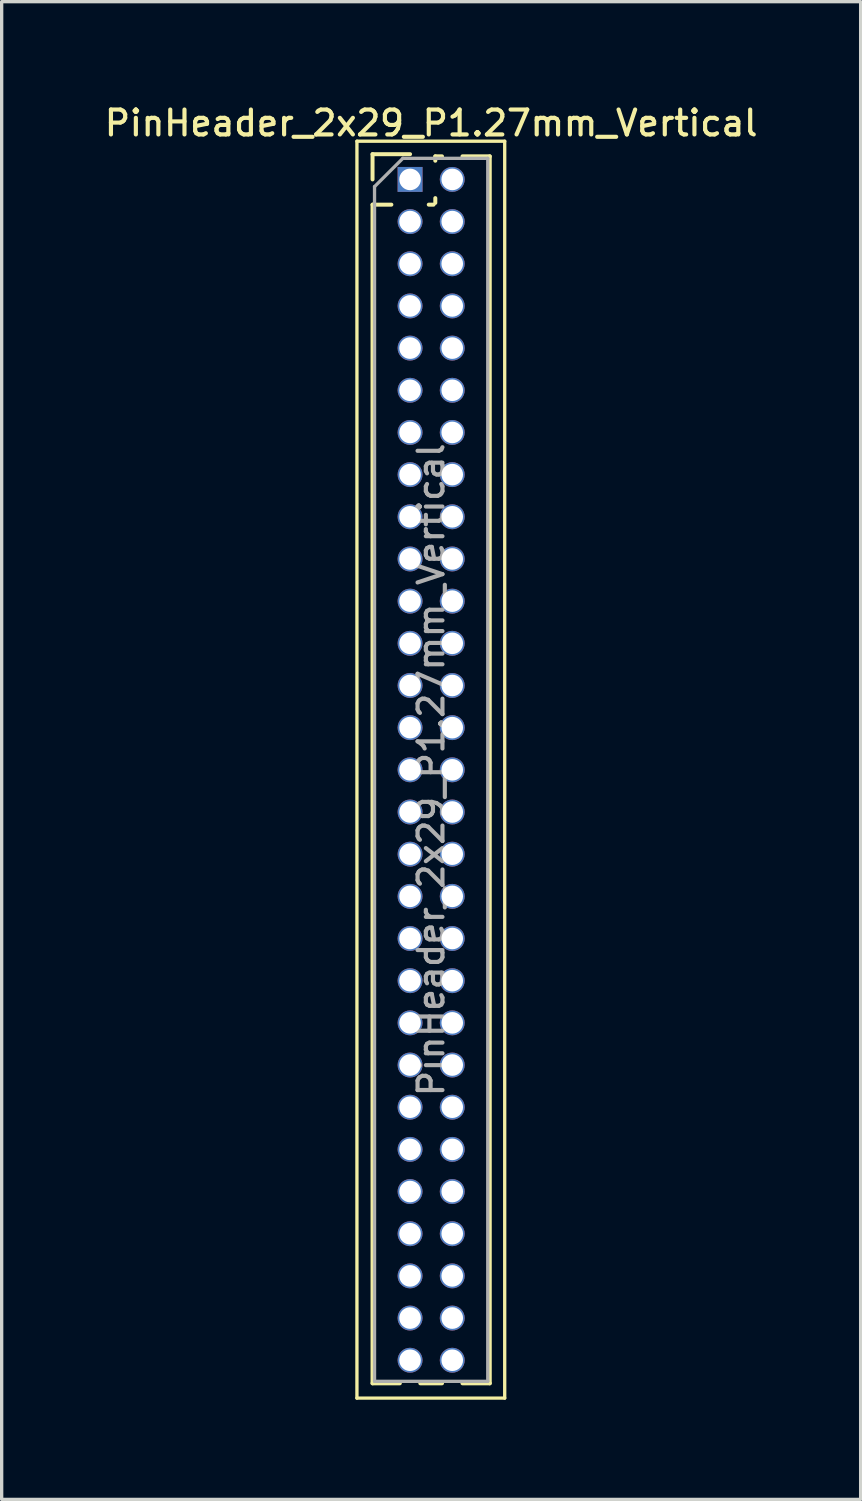
<source format=kicad_pcb>
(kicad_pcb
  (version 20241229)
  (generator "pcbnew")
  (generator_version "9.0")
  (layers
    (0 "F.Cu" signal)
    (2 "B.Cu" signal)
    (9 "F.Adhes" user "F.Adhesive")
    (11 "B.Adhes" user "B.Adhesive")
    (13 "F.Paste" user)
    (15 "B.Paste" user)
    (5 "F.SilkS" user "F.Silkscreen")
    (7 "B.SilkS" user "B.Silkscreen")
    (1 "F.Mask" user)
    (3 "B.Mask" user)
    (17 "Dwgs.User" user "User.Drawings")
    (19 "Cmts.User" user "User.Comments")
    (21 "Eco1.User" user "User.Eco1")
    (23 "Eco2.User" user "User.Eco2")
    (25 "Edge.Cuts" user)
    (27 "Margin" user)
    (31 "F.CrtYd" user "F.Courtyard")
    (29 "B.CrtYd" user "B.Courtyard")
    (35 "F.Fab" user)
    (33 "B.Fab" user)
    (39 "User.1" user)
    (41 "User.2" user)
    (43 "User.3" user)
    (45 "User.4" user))
  (footprint "PinHeader_2x29_P1.27mm_Vertical"
    (layer "F.Cu")
    (at 9.299 2.353)
    (property "Reference" "PinHeader_2x29_P1.27mm_Vertical" (at 0.635 -1.695 0) (layer "F.SilkS") (effects (font (size 0.75 0.75) (thickness 0.125))))
    (attr through_hole)
    (fp_line (start -1.6 -1.15) (end -1.6 36.7) (stroke (width 0.1) (type solid)) (layer "F.SilkS"))
    (fp_line (start -1.6 36.7) (end 2.85 36.7) (stroke (width 0.1) (type solid)) (layer "F.SilkS"))
    (fp_line (start -1.13 -0.76) (end 0 -0.76) (stroke (width 0.12) (type solid)) (layer "F.SilkS"))
    (fp_line (start -1.13 0) (end -1.13 -0.76) (stroke (width 0.12) (type solid)) (layer "F.SilkS"))
    (fp_line (start -1.13 0.76) (end -1.13 36.255) (stroke (width 0.12) (type solid)) (layer "F.SilkS"))
    (fp_line (start -1.13 0.76) (end -0.563 0.76) (stroke (width 0.12) (type solid)) (layer "F.SilkS"))
    (fp_line (start -1.13 36.255) (end -0.308 36.255) (stroke (width 0.12) (type solid)) (layer "F.SilkS"))
    (fp_line (start 0.308 36.255) (end 0.962 36.255) (stroke (width 0.12) (type solid)) (layer "F.SilkS"))
    (fp_line (start 0.563 0.76) (end 0.707 0.76) (stroke (width 0.12) (type solid)) (layer "F.SilkS"))
    (fp_line (start 0.76 -0.695) (end 0.962 -0.695) (stroke (width 0.12) (type solid)) (layer "F.SilkS"))
    (fp_line (start 0.76 -0.563) (end 0.76 -0.695) (stroke (width 0.12) (type solid)) (layer "F.SilkS"))
    (fp_line (start 0.76 0.707) (end 0.76 0.563) (stroke (width 0.12) (type solid)) (layer "F.SilkS"))
    (fp_line (start 1.578 -0.695) (end 2.4 -0.695) (stroke (width 0.12) (type solid)) (layer "F.SilkS"))
    (fp_line (start 1.578 36.255) (end 2.4 36.255) (stroke (width 0.12) (type solid)) (layer "F.SilkS"))
    (fp_line (start 2.4 -0.695) (end 2.4 36.255) (stroke (width 0.12) (type solid)) (layer "F.SilkS"))
    (fp_line (start 2.85 -1.15) (end -1.6 -1.15) (stroke (width 0.1) (type solid)) (layer "F.SilkS"))
    (fp_line (start 2.85 36.7) (end 2.85 -1.15) (stroke (width 0.1) (type solid)) (layer "F.SilkS"))
    (fp_line (start -1.07 0.217) (end -0.217 -0.635) (stroke (width 0.1) (type solid)) (layer "F.Fab"))
    (fp_line (start -1.07 36.195) (end -1.07 0.217) (stroke (width 0.1) (type solid)) (layer "F.Fab"))
    (fp_line (start -0.217 -0.635) (end 2.34 -0.635) (stroke (width 0.1) (type solid)) (layer "F.Fab"))
    (fp_line (start 2.34 -0.635) (end 2.34 36.195) (stroke (width 0.1) (type solid)) (layer "F.Fab"))
    (fp_line (start 2.34 36.195) (end -1.07 36.195) (stroke (width 0.1) (type solid)) (layer "F.Fab"))
    (fp_text user "${REFERENCE}" (at 0.635 17.78 90) (layer "F.Fab") (effects (font (size 0.75 0.75) (thickness 0.125))))
    (pad "1" thru_hole rect (at 0 0) (size 0.75 0.75) (drill 0.65) (layers "*.Cu" "*.Mask"))
    (pad "2" thru_hole oval (at 1.27 0) (size 0.75 0.75) (drill 0.65) (layers "*.Cu" "*.Mask"))
    (pad "3" thru_hole oval (at 0 1.27) (size 0.75 0.75) (drill 0.65) (layers "*.Cu" "*.Mask"))
    (pad "4" thru_hole oval (at 1.27 1.27) (size 0.75 0.75) (drill 0.65) (layers "*.Cu" "*.Mask"))
    (pad "5" thru_hole oval (at 0 2.54) (size 0.75 0.75) (drill 0.65) (layers "*.Cu" "*.Mask"))
    (pad "6" thru_hole oval (at 1.27 2.54) (size 0.75 0.75) (drill 0.65) (layers "*.Cu" "*.Mask"))
    (pad "7" thru_hole oval (at 0 3.81) (size 0.75 0.75) (drill 0.65) (layers "*.Cu" "*.Mask"))
    (pad "8" thru_hole oval (at 1.27 3.81) (size 0.75 0.75) (drill 0.65) (layers "*.Cu" "*.Mask"))
    (pad "9" thru_hole oval (at 0 5.08) (size 0.75 0.75) (drill 0.65) (layers "*.Cu" "*.Mask"))
    (pad "10" thru_hole oval (at 1.27 5.08) (size 0.75 0.75) (drill 0.65) (layers "*.Cu" "*.Mask"))
    (pad "11" thru_hole oval (at 0 6.35) (size 0.75 0.75) (drill 0.65) (layers "*.Cu" "*.Mask"))
    (pad "12" thru_hole oval (at 1.27 6.35) (size 0.75 0.75) (drill 0.65) (layers "*.Cu" "*.Mask"))
    (pad "13" thru_hole oval (at 0 7.62) (size 0.75 0.75) (drill 0.65) (layers "*.Cu" "*.Mask"))
    (pad "14" thru_hole oval (at 1.27 7.62) (size 0.75 0.75) (drill 0.65) (layers "*.Cu" "*.Mask"))
    (pad "15" thru_hole oval (at 0 8.89) (size 0.75 0.75) (drill 0.65) (layers "*.Cu" "*.Mask"))
    (pad "16" thru_hole oval (at 1.27 8.89) (size 0.75 0.75) (drill 0.65) (layers "*.Cu" "*.Mask"))
    (pad "17" thru_hole oval (at 0 10.16) (size 0.75 0.75) (drill 0.65) (layers "*.Cu" "*.Mask"))
    (pad "18" thru_hole oval (at 1.27 10.16) (size 0.75 0.75) (drill 0.65) (layers "*.Cu" "*.Mask"))
    (pad "19" thru_hole oval (at 0 11.43) (size 0.75 0.75) (drill 0.65) (layers "*.Cu" "*.Mask"))
    (pad "20" thru_hole oval (at 1.27 11.43) (size 0.75 0.75) (drill 0.65) (layers "*.Cu" "*.Mask"))
    (pad "21" thru_hole oval (at 0 12.7) (size 0.75 0.75) (drill 0.65) (layers "*.Cu" "*.Mask"))
    (pad "22" thru_hole oval (at 1.27 12.7) (size 0.75 0.75) (drill 0.65) (layers "*.Cu" "*.Mask"))
    (pad "23" thru_hole oval (at 0 13.97) (size 0.75 0.75) (drill 0.65) (layers "*.Cu" "*.Mask"))
    (pad "24" thru_hole oval (at 1.27 13.97) (size 0.75 0.75) (drill 0.65) (layers "*.Cu" "*.Mask"))
    (pad "25" thru_hole oval (at 0 15.24) (size 0.75 0.75) (drill 0.65) (layers "*.Cu" "*.Mask"))
    (pad "26" thru_hole oval (at 1.27 15.24) (size 0.75 0.75) (drill 0.65) (layers "*.Cu" "*.Mask"))
    (pad "27" thru_hole oval (at 0 16.51) (size 0.75 0.75) (drill 0.65) (layers "*.Cu" "*.Mask"))
    (pad "28" thru_hole oval (at 1.27 16.51) (size 0.75 0.75) (drill 0.65) (layers "*.Cu" "*.Mask"))
    (pad "29" thru_hole oval (at 0 17.78) (size 0.75 0.75) (drill 0.65) (layers "*.Cu" "*.Mask"))
    (pad "30" thru_hole oval (at 1.27 17.78) (size 0.75 0.75) (drill 0.65) (layers "*.Cu" "*.Mask"))
    (pad "31" thru_hole oval (at 0 19.05) (size 0.75 0.75) (drill 0.65) (layers "*.Cu" "*.Mask"))
    (pad "32" thru_hole oval (at 1.27 19.05) (size 0.75 0.75) (drill 0.65) (layers "*.Cu" "*.Mask"))
    (pad "33" thru_hole oval (at 0 20.32) (size 0.75 0.75) (drill 0.65) (layers "*.Cu" "*.Mask"))
    (pad "34" thru_hole oval (at 1.27 20.32) (size 0.75 0.75) (drill 0.65) (layers "*.Cu" "*.Mask"))
    (pad "35" thru_hole oval (at 0 21.59) (size 0.75 0.75) (drill 0.65) (layers "*.Cu" "*.Mask"))
    (pad "36" thru_hole oval (at 1.27 21.59) (size 0.75 0.75) (drill 0.65) (layers "*.Cu" "*.Mask"))
    (pad "37" thru_hole oval (at 0 22.86) (size 0.75 0.75) (drill 0.65) (layers "*.Cu" "*.Mask"))
    (pad "38" thru_hole oval (at 1.27 22.86) (size 0.75 0.75) (drill 0.65) (layers "*.Cu" "*.Mask"))
    (pad "39" thru_hole oval (at 0 24.13) (size 0.75 0.75) (drill 0.65) (layers "*.Cu" "*.Mask"))
    (pad "40" thru_hole oval (at 1.27 24.13) (size 0.75 0.75) (drill 0.65) (layers "*.Cu" "*.Mask"))
    (pad "41" thru_hole oval (at 0 25.4) (size 0.75 0.75) (drill 0.65) (layers "*.Cu" "*.Mask"))
    (pad "42" thru_hole oval (at 1.27 25.4) (size 0.75 0.75) (drill 0.65) (layers "*.Cu" "*.Mask"))
    (pad "43" thru_hole oval (at 0 26.67) (size 0.75 0.75) (drill 0.65) (layers "*.Cu" "*.Mask"))
    (pad "44" thru_hole oval (at 1.27 26.67) (size 0.75 0.75) (drill 0.65) (layers "*.Cu" "*.Mask"))
    (pad "45" thru_hole oval (at 0 27.94) (size 0.75 0.75) (drill 0.65) (layers "*.Cu" "*.Mask"))
    (pad "46" thru_hole oval (at 1.27 27.94) (size 0.75 0.75) (drill 0.65) (layers "*.Cu" "*.Mask"))
    (pad "47" thru_hole oval (at 0 29.21) (size 0.75 0.75) (drill 0.65) (layers "*.Cu" "*.Mask"))
    (pad "48" thru_hole oval (at 1.27 29.21) (size 0.75 0.75) (drill 0.65) (layers "*.Cu" "*.Mask"))
    (pad "49" thru_hole oval (at 0 30.48) (size 0.75 0.75) (drill 0.65) (layers "*.Cu" "*.Mask"))
    (pad "50" thru_hole oval (at 1.27 30.48) (size 0.75 0.75) (drill 0.65) (layers "*.Cu" "*.Mask"))
    (pad "51" thru_hole oval (at 0 31.75) (size 0.75 0.75) (drill 0.65) (layers "*.Cu" "*.Mask"))
    (pad "52" thru_hole oval (at 1.27 31.75) (size 0.75 0.75) (drill 0.65) (layers "*.Cu" "*.Mask"))
    (pad "53" thru_hole oval (at 0 33.02) (size 0.75 0.75) (drill 0.65) (layers "*.Cu" "*.Mask"))
    (pad "54" thru_hole oval (at 1.27 33.02) (size 0.75 0.75) (drill 0.65) (layers "*.Cu" "*.Mask"))
    (pad "55" thru_hole oval (at 0 34.29) (size 0.75 0.75) (drill 0.65) (layers "*.Cu" "*.Mask"))
    (pad "56" thru_hole oval (at 1.27 34.29) (size 0.75 0.75) (drill 0.65) (layers "*.Cu" "*.Mask"))
    (pad "57" thru_hole oval (at 0 35.56) (size 0.75 0.75) (drill 0.65) (layers "*.Cu" "*.Mask"))
    (pad "58" thru_hole oval (at 1.27 35.56) (size 0.75 0.75) (drill 0.65) (layers "*.Cu" "*.Mask")))
  (gr_rect
    (start -3 -3)
    (end 22.868 42.103)
    (stroke (width 0.1) (type default))
    (fill no)
    (layer "Edge.Cuts")))
</source>
